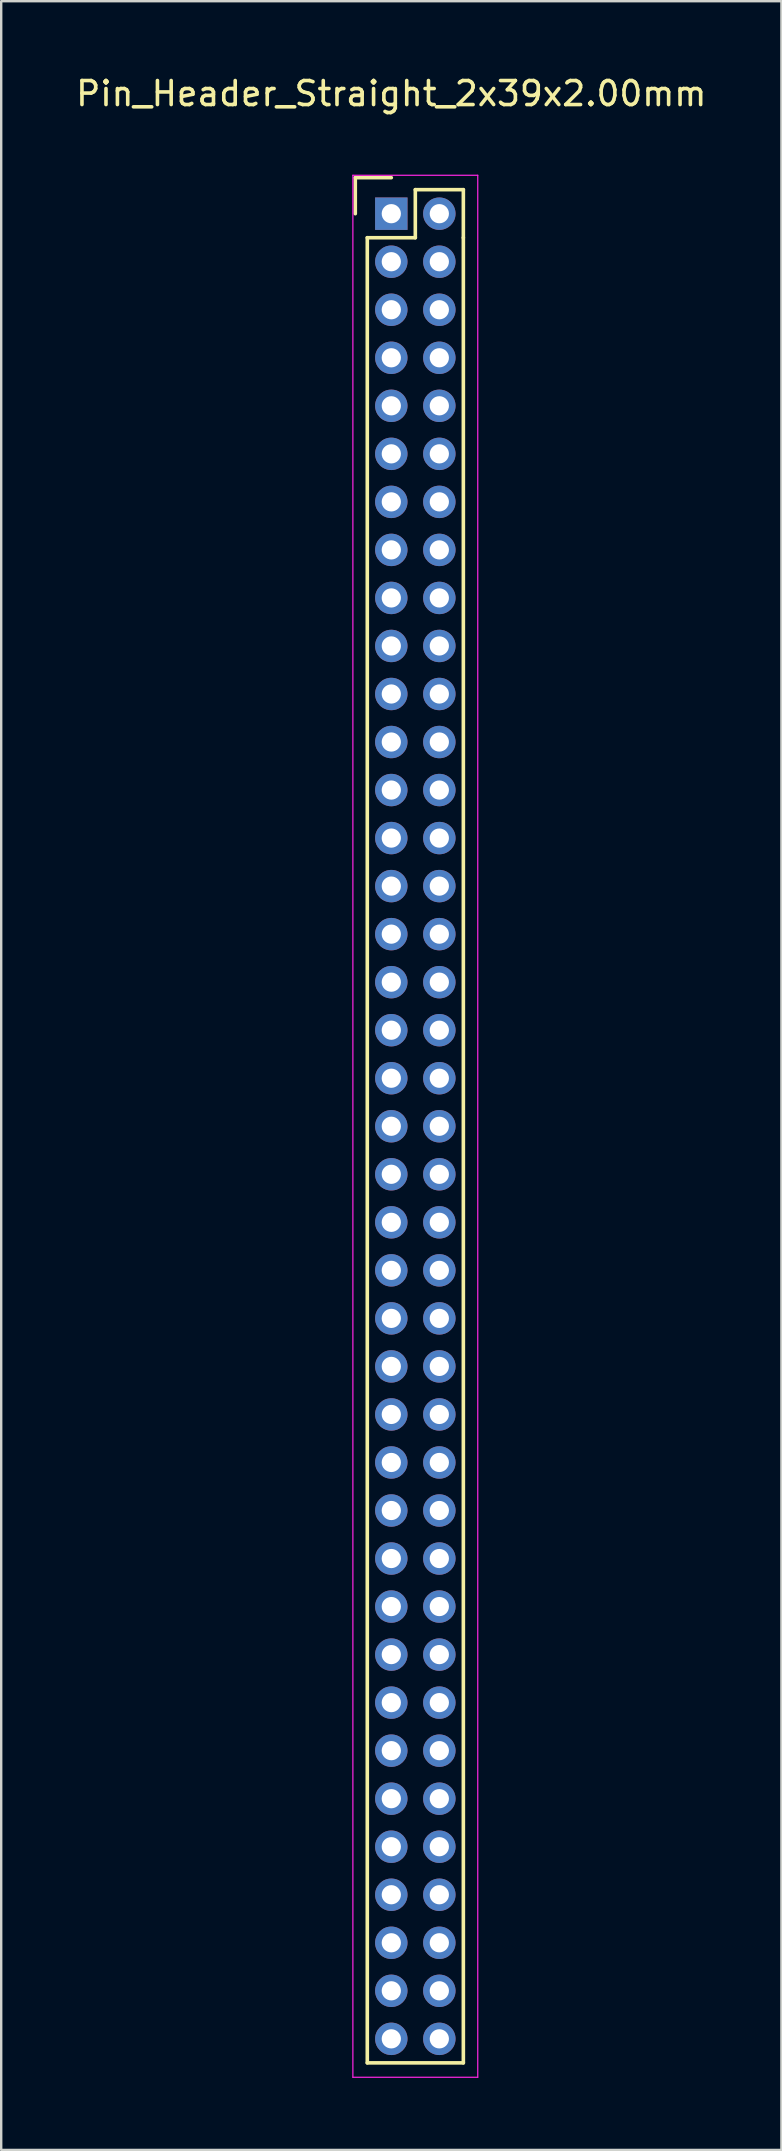
<source format=kicad_pcb>
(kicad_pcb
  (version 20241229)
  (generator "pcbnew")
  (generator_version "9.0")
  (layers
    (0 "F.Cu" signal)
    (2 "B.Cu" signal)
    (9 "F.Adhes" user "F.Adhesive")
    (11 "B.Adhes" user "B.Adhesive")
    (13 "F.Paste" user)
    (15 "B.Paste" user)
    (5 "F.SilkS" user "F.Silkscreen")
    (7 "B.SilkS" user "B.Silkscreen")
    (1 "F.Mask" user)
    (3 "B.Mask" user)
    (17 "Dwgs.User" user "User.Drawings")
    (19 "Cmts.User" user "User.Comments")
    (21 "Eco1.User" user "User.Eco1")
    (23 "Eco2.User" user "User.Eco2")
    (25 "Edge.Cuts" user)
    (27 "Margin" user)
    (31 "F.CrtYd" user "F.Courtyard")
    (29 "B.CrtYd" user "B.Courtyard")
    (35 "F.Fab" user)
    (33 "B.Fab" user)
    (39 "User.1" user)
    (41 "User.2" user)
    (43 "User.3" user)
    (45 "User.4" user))
  (footprint "Pin_Header_Straight_2x39x2.00mm"
    (layer "F.Cu")
    (at 13.244 5.848)
    (property "Reference" "Pin_Header_Straight_2x39x2.00mm" (at 0 -5 0) (layer "F.SilkS") (effects (font (size 1 1) (thickness 0.15))))
    (attr through_hole)
    (fp_line (start -1.5 -1.5) (end 0 -1.5) (stroke (width 0.15) (type solid)) (layer "F.SilkS"))
    (fp_line (start -1.5 0) (end -1.5 -1.5) (stroke (width 0.15) (type solid)) (layer "F.SilkS"))
    (fp_line (start -1 1) (end 1 1) (stroke (width 0.15) (type solid)) (layer "F.SilkS"))
    (fp_line (start -1 77) (end -1 1) (stroke (width 0.15) (type solid)) (layer "F.SilkS"))
    (fp_line (start 1 -1) (end 3 -1) (stroke (width 0.15) (type solid)) (layer "F.SilkS"))
    (fp_line (start 1 1) (end 1 -1) (stroke (width 0.15) (type solid)) (layer "F.SilkS"))
    (fp_line (start 3 -1) (end 3 1) (stroke (width 0.15) (type solid)) (layer "F.SilkS"))
    (fp_line (start 3 1) (end 3 77) (stroke (width 0.15) (type solid)) (layer "F.SilkS"))
    (fp_line (start 3 77) (end -1 77) (stroke (width 0.15) (type solid)) (layer "F.SilkS"))
    (fp_line (start -1.6 -1.6) (end 3.6 -1.6) (stroke (width 0.05) (type solid)) (layer "F.CrtYd"))
    (fp_line (start -1.6 77.6) (end -1.6 -1.6) (stroke (width 0.05) (type solid)) (layer "F.CrtYd"))
    (fp_line (start 3.6 -1.6) (end 3.6 77.6) (stroke (width 0.05) (type solid)) (layer "F.CrtYd"))
    (fp_line (start 3.6 77.6) (end -1.6 77.6) (stroke (width 0.05) (type solid)) (layer "F.CrtYd"))
    (pad "1" thru_hole rect (at 0 0) (size 1.35 1.35) (drill 0.8) (layers "*.Cu" "*.Mask"))
    (pad "2" thru_hole circle (at 2 0) (size 1.35 1.35) (drill 0.8) (layers "*.Cu" "*.Mask"))
    (pad "3" thru_hole circle (at 0 2) (size 1.35 1.35) (drill 0.8) (layers "*.Cu" "*.Mask"))
    (pad "4" thru_hole circle (at 2 2) (size 1.35 1.35) (drill 0.8) (layers "*.Cu" "*.Mask"))
    (pad "5" thru_hole circle (at 0 4) (size 1.35 1.35) (drill 0.8) (layers "*.Cu" "*.Mask"))
    (pad "6" thru_hole circle (at 2 4) (size 1.35 1.35) (drill 0.8) (layers "*.Cu" "*.Mask"))
    (pad "7" thru_hole circle (at 0 6) (size 1.35 1.35) (drill 0.8) (layers "*.Cu" "*.Mask"))
    (pad "8" thru_hole circle (at 2 6) (size 1.35 1.35) (drill 0.8) (layers "*.Cu" "*.Mask"))
    (pad "9" thru_hole circle (at 0 8) (size 1.35 1.35) (drill 0.8) (layers "*.Cu" "*.Mask"))
    (pad "10" thru_hole circle (at 2 8) (size 1.35 1.35) (drill 0.8) (layers "*.Cu" "*.Mask"))
    (pad "11" thru_hole circle (at 0 10) (size 1.35 1.35) (drill 0.8) (layers "*.Cu" "*.Mask"))
    (pad "12" thru_hole circle (at 2 10) (size 1.35 1.35) (drill 0.8) (layers "*.Cu" "*.Mask"))
    (pad "13" thru_hole circle (at 0 12) (size 1.35 1.35) (drill 0.8) (layers "*.Cu" "*.Mask"))
    (pad "14" thru_hole circle (at 2 12) (size 1.35 1.35) (drill 0.8) (layers "*.Cu" "*.Mask"))
    (pad "15" thru_hole circle (at 0 14) (size 1.35 1.35) (drill 0.8) (layers "*.Cu" "*.Mask"))
    (pad "16" thru_hole circle (at 2 14) (size 1.35 1.35) (drill 0.8) (layers "*.Cu" "*.Mask"))
    (pad "17" thru_hole circle (at 0 16) (size 1.35 1.35) (drill 0.8) (layers "*.Cu" "*.Mask"))
    (pad "18" thru_hole circle (at 2 16) (size 1.35 1.35) (drill 0.8) (layers "*.Cu" "*.Mask"))
    (pad "19" thru_hole circle (at 0 18) (size 1.35 1.35) (drill 0.8) (layers "*.Cu" "*.Mask"))
    (pad "20" thru_hole circle (at 2 18) (size 1.35 1.35) (drill 0.8) (layers "*.Cu" "*.Mask"))
    (pad "21" thru_hole circle (at 0 20) (size 1.35 1.35) (drill 0.8) (layers "*.Cu" "*.Mask"))
    (pad "22" thru_hole circle (at 2 20) (size 1.35 1.35) (drill 0.8) (layers "*.Cu" "*.Mask"))
    (pad "23" thru_hole circle (at 0 22) (size 1.35 1.35) (drill 0.8) (layers "*.Cu" "*.Mask"))
    (pad "24" thru_hole circle (at 2 22) (size 1.35 1.35) (drill 0.8) (layers "*.Cu" "*.Mask"))
    (pad "25" thru_hole circle (at 0 24) (size 1.35 1.35) (drill 0.8) (layers "*.Cu" "*.Mask"))
    (pad "26" thru_hole circle (at 2 24) (size 1.35 1.35) (drill 0.8) (layers "*.Cu" "*.Mask"))
    (pad "27" thru_hole circle (at 0 26) (size 1.35 1.35) (drill 0.8) (layers "*.Cu" "*.Mask"))
    (pad "28" thru_hole circle (at 2 26) (size 1.35 1.35) (drill 0.8) (layers "*.Cu" "*.Mask"))
    (pad "29" thru_hole circle (at 0 28) (size 1.35 1.35) (drill 0.8) (layers "*.Cu" "*.Mask"))
    (pad "30" thru_hole circle (at 2 28) (size 1.35 1.35) (drill 0.8) (layers "*.Cu" "*.Mask"))
    (pad "31" thru_hole circle (at 0 30) (size 1.35 1.35) (drill 0.8) (layers "*.Cu" "*.Mask"))
    (pad "32" thru_hole circle (at 2 30) (size 1.35 1.35) (drill 0.8) (layers "*.Cu" "*.Mask"))
    (pad "33" thru_hole circle (at 0 32) (size 1.35 1.35) (drill 0.8) (layers "*.Cu" "*.Mask"))
    (pad "34" thru_hole circle (at 2 32) (size 1.35 1.35) (drill 0.8) (layers "*.Cu" "*.Mask"))
    (pad "35" thru_hole circle (at 0 34) (size 1.35 1.35) (drill 0.8) (layers "*.Cu" "*.Mask"))
    (pad "36" thru_hole circle (at 2 34) (size 1.35 1.35) (drill 0.8) (layers "*.Cu" "*.Mask"))
    (pad "37" thru_hole circle (at 0 36) (size 1.35 1.35) (drill 0.8) (layers "*.Cu" "*.Mask"))
    (pad "38" thru_hole circle (at 2 36) (size 1.35 1.35) (drill 0.8) (layers "*.Cu" "*.Mask"))
    (pad "39" thru_hole circle (at 0 38) (size 1.35 1.35) (drill 0.8) (layers "*.Cu" "*.Mask"))
    (pad "40" thru_hole circle (at 2 38) (size 1.35 1.35) (drill 0.8) (layers "*.Cu" "*.Mask"))
    (pad "41" thru_hole circle (at 0 40) (size 1.35 1.35) (drill 0.8) (layers "*.Cu" "*.Mask"))
    (pad "42" thru_hole circle (at 2 40) (size 1.35 1.35) (drill 0.8) (layers "*.Cu" "*.Mask"))
    (pad "43" thru_hole circle (at 0 42) (size 1.35 1.35) (drill 0.8) (layers "*.Cu" "*.Mask"))
    (pad "44" thru_hole circle (at 2 42) (size 1.35 1.35) (drill 0.8) (layers "*.Cu" "*.Mask"))
    (pad "45" thru_hole circle (at 0 44) (size 1.35 1.35) (drill 0.8) (layers "*.Cu" "*.Mask"))
    (pad "46" thru_hole circle (at 2 44) (size 1.35 1.35) (drill 0.8) (layers "*.Cu" "*.Mask"))
    (pad "47" thru_hole circle (at 0 46) (size 1.35 1.35) (drill 0.8) (layers "*.Cu" "*.Mask"))
    (pad "48" thru_hole circle (at 2 46) (size 1.35 1.35) (drill 0.8) (layers "*.Cu" "*.Mask"))
    (pad "49" thru_hole circle (at 0 48) (size 1.35 1.35) (drill 0.8) (layers "*.Cu" "*.Mask"))
    (pad "50" thru_hole circle (at 2 48) (size 1.35 1.35) (drill 0.8) (layers "*.Cu" "*.Mask"))
    (pad "51" thru_hole circle (at 0 50) (size 1.35 1.35) (drill 0.8) (layers "*.Cu" "*.Mask"))
    (pad "52" thru_hole circle (at 2 50) (size 1.35 1.35) (drill 0.8) (layers "*.Cu" "*.Mask"))
    (pad "53" thru_hole circle (at 0 52) (size 1.35 1.35) (drill 0.8) (layers "*.Cu" "*.Mask"))
    (pad "54" thru_hole circle (at 2 52) (size 1.35 1.35) (drill 0.8) (layers "*.Cu" "*.Mask"))
    (pad "55" thru_hole circle (at 0 54) (size 1.35 1.35) (drill 0.8) (layers "*.Cu" "*.Mask"))
    (pad "56" thru_hole circle (at 2 54) (size 1.35 1.35) (drill 0.8) (layers "*.Cu" "*.Mask"))
    (pad "57" thru_hole circle (at 0 56) (size 1.35 1.35) (drill 0.8) (layers "*.Cu" "*.Mask"))
    (pad "58" thru_hole circle (at 2 56) (size 1.35 1.35) (drill 0.8) (layers "*.Cu" "*.Mask"))
    (pad "59" thru_hole circle (at 0 58) (size 1.35 1.35) (drill 0.8) (layers "*.Cu" "*.Mask"))
    (pad "60" thru_hole circle (at 2 58) (size 1.35 1.35) (drill 0.8) (layers "*.Cu" "*.Mask"))
    (pad "61" thru_hole circle (at 0 60) (size 1.35 1.35) (drill 0.8) (layers "*.Cu" "*.Mask"))
    (pad "62" thru_hole circle (at 2 60) (size 1.35 1.35) (drill 0.8) (layers "*.Cu" "*.Mask"))
    (pad "63" thru_hole circle (at 0 62) (size 1.35 1.35) (drill 0.8) (layers "*.Cu" "*.Mask"))
    (pad "64" thru_hole circle (at 2 62) (size 1.35 1.35) (drill 0.8) (layers "*.Cu" "*.Mask"))
    (pad "65" thru_hole circle (at 0 64) (size 1.35 1.35) (drill 0.8) (layers "*.Cu" "*.Mask"))
    (pad "66" thru_hole circle (at 2 64) (size 1.35 1.35) (drill 0.8) (layers "*.Cu" "*.Mask"))
    (pad "67" thru_hole circle (at 0 66) (size 1.35 1.35) (drill 0.8) (layers "*.Cu" "*.Mask"))
    (pad "68" thru_hole circle (at 2 66) (size 1.35 1.35) (drill 0.8) (layers "*.Cu" "*.Mask"))
    (pad "69" thru_hole circle (at 0 68) (size 1.35 1.35) (drill 0.8) (layers "*.Cu" "*.Mask"))
    (pad "70" thru_hole circle (at 2 68) (size 1.35 1.35) (drill 0.8) (layers "*.Cu" "*.Mask"))
    (pad "71" thru_hole circle (at 0 70) (size 1.35 1.35) (drill 0.8) (layers "*.Cu" "*.Mask"))
    (pad "72" thru_hole circle (at 2 70) (size 1.35 1.35) (drill 0.8) (layers "*.Cu" "*.Mask"))
    (pad "73" thru_hole circle (at 0 72) (size 1.35 1.35) (drill 0.8) (layers "*.Cu" "*.Mask"))
    (pad "74" thru_hole circle (at 2 72) (size 1.35 1.35) (drill 0.8) (layers "*.Cu" "*.Mask"))
    (pad "75" thru_hole circle (at 0 74) (size 1.35 1.35) (drill 0.8) (layers "*.Cu" "*.Mask"))
    (pad "76" thru_hole circle (at 2 74) (size 1.35 1.35) (drill 0.8) (layers "*.Cu" "*.Mask"))
    (pad "77" thru_hole circle (at 0 76) (size 1.35 1.35) (drill 0.8) (layers "*.Cu" "*.Mask"))
    (pad "78" thru_hole circle (at 2 76) (size 1.35 1.35) (drill 0.8) (layers "*.Cu" "*.Mask")))
  (gr_rect
    (start -3 -3)
    (end 29.488 86.473)
    (stroke (width 0.1) (type default))
    (fill no)
    (layer "Edge.Cuts")))
</source>
